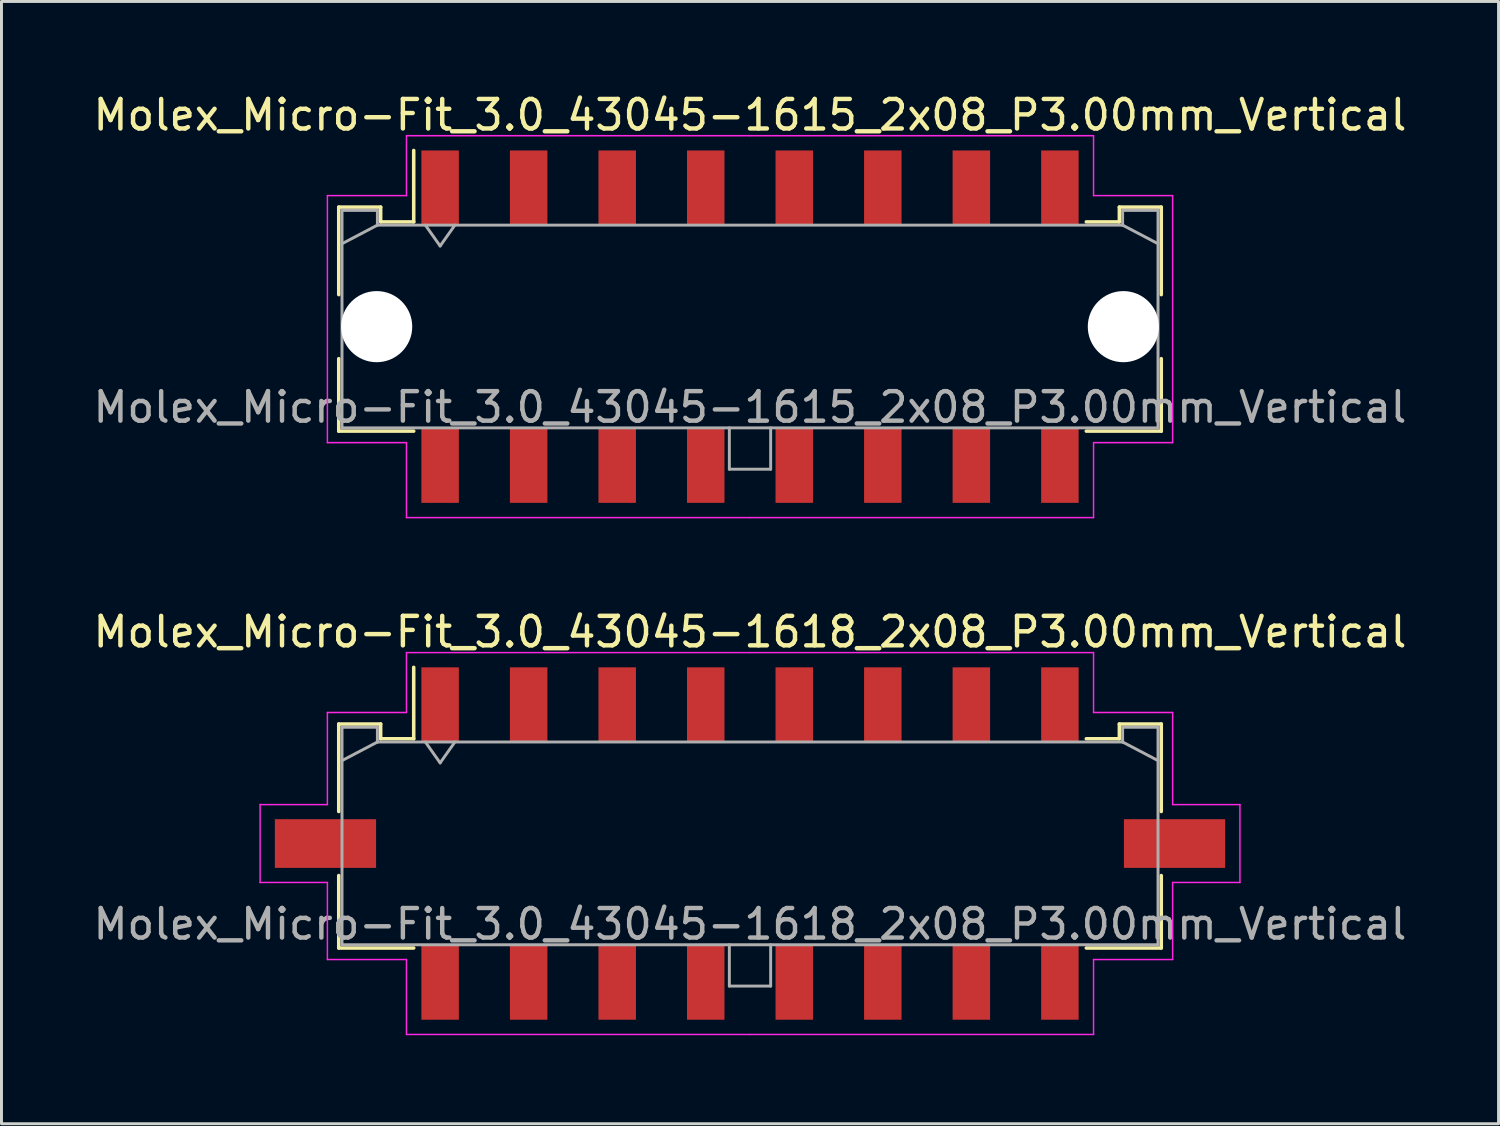
<source format=kicad_pcb>
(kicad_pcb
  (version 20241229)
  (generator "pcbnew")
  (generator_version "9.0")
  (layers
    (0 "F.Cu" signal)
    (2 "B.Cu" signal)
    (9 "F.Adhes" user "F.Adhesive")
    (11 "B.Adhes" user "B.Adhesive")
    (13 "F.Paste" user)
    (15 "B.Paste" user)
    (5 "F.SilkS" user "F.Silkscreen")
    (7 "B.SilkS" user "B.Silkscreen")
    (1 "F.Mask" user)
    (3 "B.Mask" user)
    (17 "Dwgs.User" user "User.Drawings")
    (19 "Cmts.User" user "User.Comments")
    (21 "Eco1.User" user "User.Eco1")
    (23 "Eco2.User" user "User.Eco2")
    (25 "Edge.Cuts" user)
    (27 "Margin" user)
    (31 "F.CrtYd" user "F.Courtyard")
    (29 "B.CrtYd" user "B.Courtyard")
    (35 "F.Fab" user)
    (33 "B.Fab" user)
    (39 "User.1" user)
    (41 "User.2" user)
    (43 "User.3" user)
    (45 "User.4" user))
  (footprint "Molex_Micro-Fit_3.0_43045-1618_2x08_P3.00mm_Vertical"
    (layer "F.Cu")
    (at 22.363 25.532)
    (property "Reference" "Molex_Micro-Fit_3.0_43045-1618_2x08_P3.00mm_Vertical" (at 0 -7.17 0) (layer "F.SilkS") (effects (font (size 1 1) (thickness 0.15))))
    (attr smd)
    (fp_line (start -13.935 -4.05) (end -12.515 -4.05) (stroke (width 0.12) (type solid)) (layer "F.SilkS"))
    (fp_line (start -13.935 -1.085) (end -13.935 -4.05) (stroke (width 0.12) (type solid)) (layer "F.SilkS"))
    (fp_line (start -13.935 1.085) (end -13.935 3.54) (stroke (width 0.12) (type solid)) (layer "F.SilkS"))
    (fp_line (start -13.935 3.54) (end -11.395 3.54) (stroke (width 0.12) (type solid)) (layer "F.SilkS"))
    (fp_line (start -12.515 -4.05) (end -12.515 -3.55) (stroke (width 0.12) (type solid)) (layer "F.SilkS"))
    (fp_line (start -12.515 -3.55) (end -11.395 -3.55) (stroke (width 0.12) (type solid)) (layer "F.SilkS"))
    (fp_line (start -11.395 -3.55) (end -11.395 -5.97) (stroke (width 0.12) (type solid)) (layer "F.SilkS"))
    (fp_line (start 12.515 -4.05) (end 12.515 -3.55) (stroke (width 0.12) (type solid)) (layer "F.SilkS"))
    (fp_line (start 12.515 -3.55) (end 11.395 -3.55) (stroke (width 0.12) (type solid)) (layer "F.SilkS"))
    (fp_line (start 13.935 -4.05) (end 12.515 -4.05) (stroke (width 0.12) (type solid)) (layer "F.SilkS"))
    (fp_line (start 13.935 -1.085) (end 13.935 -4.05) (stroke (width 0.12) (type solid)) (layer "F.SilkS"))
    (fp_line (start 13.935 1.085) (end 13.935 3.54) (stroke (width 0.12) (type solid)) (layer "F.SilkS"))
    (fp_line (start 13.935 3.54) (end 11.395 3.54) (stroke (width 0.12) (type solid)) (layer "F.SilkS"))
    (fp_line (start -16.6 -1.32) (end -16.6 1.32) (stroke (width 0.05) (type solid)) (layer "F.CrtYd"))
    (fp_line (start -16.6 1.32) (end -14.32 1.32) (stroke (width 0.05) (type solid)) (layer "F.CrtYd"))
    (fp_line (start -14.32 -4.44) (end -14.32 -1.32) (stroke (width 0.05) (type solid)) (layer "F.CrtYd"))
    (fp_line (start -14.32 -1.32) (end -16.6 -1.32) (stroke (width 0.05) (type solid)) (layer "F.CrtYd"))
    (fp_line (start -14.32 1.32) (end -14.32 3.93) (stroke (width 0.05) (type solid)) (layer "F.CrtYd"))
    (fp_line (start -14.32 3.93) (end -11.64 3.93) (stroke (width 0.05) (type solid)) (layer "F.CrtYd"))
    (fp_line (start -11.64 -6.47) (end -11.64 -4.44) (stroke (width 0.05) (type solid)) (layer "F.CrtYd"))
    (fp_line (start -11.64 -4.44) (end -14.32 -4.44) (stroke (width 0.05) (type solid)) (layer "F.CrtYd"))
    (fp_line (start -11.64 3.93) (end -11.64 6.47) (stroke (width 0.05) (type solid)) (layer "F.CrtYd"))
    (fp_line (start -11.64 6.47) (end 0 6.47) (stroke (width 0.05) (type solid)) (layer "F.CrtYd"))
    (fp_line (start 0 -6.47) (end -11.64 -6.47) (stroke (width 0.05) (type solid)) (layer "F.CrtYd"))
    (fp_line (start 0 -6.47) (end 11.64 -6.47) (stroke (width 0.05) (type solid)) (layer "F.CrtYd"))
    (fp_line (start 11.64 -6.47) (end 11.64 -4.44) (stroke (width 0.05) (type solid)) (layer "F.CrtYd"))
    (fp_line (start 11.64 -4.44) (end 14.32 -4.44) (stroke (width 0.05) (type solid)) (layer "F.CrtYd"))
    (fp_line (start 11.64 3.93) (end 11.64 6.47) (stroke (width 0.05) (type solid)) (layer "F.CrtYd"))
    (fp_line (start 11.64 6.47) (end 0 6.47) (stroke (width 0.05) (type solid)) (layer "F.CrtYd"))
    (fp_line (start 14.32 -4.44) (end 14.32 -1.32) (stroke (width 0.05) (type solid)) (layer "F.CrtYd"))
    (fp_line (start 14.32 -1.32) (end 16.6 -1.32) (stroke (width 0.05) (type solid)) (layer "F.CrtYd"))
    (fp_line (start 14.32 1.32) (end 14.32 3.93) (stroke (width 0.05) (type solid)) (layer "F.CrtYd"))
    (fp_line (start 14.32 3.93) (end 11.64 3.93) (stroke (width 0.05) (type solid)) (layer "F.CrtYd"))
    (fp_line (start 16.6 -1.32) (end 16.6 1.32) (stroke (width 0.05) (type solid)) (layer "F.CrtYd"))
    (fp_line (start 16.6 1.32) (end 14.32 1.32) (stroke (width 0.05) (type solid)) (layer "F.CrtYd"))
    (fp_line (start -13.825 -3.94) (end -13.825 3.43) (stroke (width 0.1) (type solid)) (layer "F.Fab"))
    (fp_line (start -13.825 -2.81) (end -12.625 -3.44) (stroke (width 0.1) (type solid)) (layer "F.Fab"))
    (fp_line (start -13.825 3.43) (end 13.825 3.43) (stroke (width 0.1) (type solid)) (layer "F.Fab"))
    (fp_line (start -12.625 -3.94) (end -13.825 -3.94) (stroke (width 0.1) (type solid)) (layer "F.Fab"))
    (fp_line (start -12.625 -3.44) (end -12.625 -3.94) (stroke (width 0.1) (type solid)) (layer "F.Fab"))
    (fp_line (start -11 -3.44) (end -10.5 -2.733) (stroke (width 0.1) (type solid)) (layer "F.Fab"))
    (fp_line (start -10.5 -2.733) (end -10 -3.44) (stroke (width 0.1) (type solid)) (layer "F.Fab"))
    (fp_line (start -0.7 3.43) (end -0.7 4.83) (stroke (width 0.1) (type solid)) (layer "F.Fab"))
    (fp_line (start -0.7 4.83) (end 0.7 4.83) (stroke (width 0.1) (type solid)) (layer "F.Fab"))
    (fp_line (start 0.7 4.83) (end 0.7 3.43) (stroke (width 0.1) (type solid)) (layer "F.Fab"))
    (fp_line (start 12.625 -3.94) (end 12.625 -3.44) (stroke (width 0.1) (type solid)) (layer "F.Fab"))
    (fp_line (start 12.625 -3.44) (end -12.625 -3.44) (stroke (width 0.1) (type solid)) (layer "F.Fab"))
    (fp_line (start 13.825 -3.94) (end 12.625 -3.94) (stroke (width 0.1) (type solid)) (layer "F.Fab"))
    (fp_line (start 13.825 -2.81) (end 12.625 -3.44) (stroke (width 0.1) (type solid)) (layer "F.Fab"))
    (fp_line (start 13.825 3.43) (end 13.825 -3.94) (stroke (width 0.1) (type solid)) (layer "F.Fab"))
    (fp_text user "${REFERENCE}" (at 0 2.73 0) (layer "F.Fab") (effects (font (size 1 1) (thickness 0.15))))
    (pad "" smd rect (at -14.385 0) (size 3.43 1.65) (layers "F.Cu" "F.Mask" "F.Paste"))
    (pad "" smd rect (at 14.385 0) (size 3.43 1.65) (layers "F.Cu" "F.Mask" "F.Paste"))
    (pad "1" smd rect (at -10.5 -4.7) (size 1.27 2.54) (layers "F.Cu" "F.Mask" "F.Paste"))
    (pad "2" smd rect (at -7.5 -4.7) (size 1.27 2.54) (layers "F.Cu" "F.Mask" "F.Paste"))
    (pad "3" smd rect (at -4.5 -4.7) (size 1.27 2.54) (layers "F.Cu" "F.Mask" "F.Paste"))
    (pad "4" smd rect (at -1.5 -4.7) (size 1.27 2.54) (layers "F.Cu" "F.Mask" "F.Paste"))
    (pad "5" smd rect (at 1.5 -4.7) (size 1.27 2.54) (layers "F.Cu" "F.Mask" "F.Paste"))
    (pad "6" smd rect (at 4.5 -4.7) (size 1.27 2.54) (layers "F.Cu" "F.Mask" "F.Paste"))
    (pad "7" smd rect (at 7.5 -4.7) (size 1.27 2.54) (layers "F.Cu" "F.Mask" "F.Paste"))
    (pad "8" smd rect (at 10.5 -4.7) (size 1.27 2.54) (layers "F.Cu" "F.Mask" "F.Paste"))
    (pad "9" smd rect (at -10.5 4.7) (size 1.27 2.54) (layers "F.Cu" "F.Mask" "F.Paste"))
    (pad "10" smd rect (at -7.5 4.7) (size 1.27 2.54) (layers "F.Cu" "F.Mask" "F.Paste"))
    (pad "11" smd rect (at -4.5 4.7) (size 1.27 2.54) (layers "F.Cu" "F.Mask" "F.Paste"))
    (pad "12" smd rect (at -1.5 4.7) (size 1.27 2.54) (layers "F.Cu" "F.Mask" "F.Paste"))
    (pad "13" smd rect (at 1.5 4.7) (size 1.27 2.54) (layers "F.Cu" "F.Mask" "F.Paste"))
    (pad "14" smd rect (at 4.5 4.7) (size 1.27 2.54) (layers "F.Cu" "F.Mask" "F.Paste"))
    (pad "15" smd rect (at 7.5 4.7) (size 1.27 2.54) (layers "F.Cu" "F.Mask" "F.Paste"))
    (pad "16" smd rect (at 10.5 4.7) (size 1.27 2.54) (layers "F.Cu" "F.Mask" "F.Paste")))
  (footprint "Molex_Micro-Fit_3.0_43045-1615_2x08_P3.00mm_Vertical"
    (layer "F.Cu")
    (at 22.363 8.018)
    (property "Reference" "Molex_Micro-Fit_3.0_43045-1615_2x08_P3.00mm_Vertical" (at 0 -7.17 0) (layer "F.SilkS") (effects (font (size 1 1) (thickness 0.15))))
    (attr smd)
    (fp_line (start -13.935 -4.05) (end -12.515 -4.05) (stroke (width 0.12) (type solid)) (layer "F.SilkS"))
    (fp_line (start -13.935 -1.085) (end -13.935 -4.05) (stroke (width 0.12) (type solid)) (layer "F.SilkS"))
    (fp_line (start -13.935 1.085) (end -13.935 3.54) (stroke (width 0.12) (type solid)) (layer "F.SilkS"))
    (fp_line (start -13.935 3.54) (end -11.395 3.54) (stroke (width 0.12) (type solid)) (layer "F.SilkS"))
    (fp_line (start -12.515 -4.05) (end -12.515 -3.55) (stroke (width 0.12) (type solid)) (layer "F.SilkS"))
    (fp_line (start -12.515 -3.55) (end -11.395 -3.55) (stroke (width 0.12) (type solid)) (layer "F.SilkS"))
    (fp_line (start -11.395 -3.55) (end -11.395 -5.97) (stroke (width 0.12) (type solid)) (layer "F.SilkS"))
    (fp_line (start 12.515 -4.05) (end 12.515 -3.55) (stroke (width 0.12) (type solid)) (layer "F.SilkS"))
    (fp_line (start 12.515 -3.55) (end 11.395 -3.55) (stroke (width 0.12) (type solid)) (layer "F.SilkS"))
    (fp_line (start 13.935 -4.05) (end 12.515 -4.05) (stroke (width 0.12) (type solid)) (layer "F.SilkS"))
    (fp_line (start 13.935 -1.085) (end 13.935 -4.05) (stroke (width 0.12) (type solid)) (layer "F.SilkS"))
    (fp_line (start 13.935 1.085) (end 13.935 3.54) (stroke (width 0.12) (type solid)) (layer "F.SilkS"))
    (fp_line (start 13.935 3.54) (end 11.395 3.54) (stroke (width 0.12) (type solid)) (layer "F.SilkS"))
    (fp_line (start -14.32 -4.44) (end -14.32 3.93) (stroke (width 0.05) (type solid)) (layer "F.CrtYd"))
    (fp_line (start -14.32 3.93) (end -11.64 3.93) (stroke (width 0.05) (type solid)) (layer "F.CrtYd"))
    (fp_line (start -11.64 -6.47) (end -11.64 -4.44) (stroke (width 0.05) (type solid)) (layer "F.CrtYd"))
    (fp_line (start -11.64 -4.44) (end -14.32 -4.44) (stroke (width 0.05) (type solid)) (layer "F.CrtYd"))
    (fp_line (start -11.64 3.93) (end -11.64 6.47) (stroke (width 0.05) (type solid)) (layer "F.CrtYd"))
    (fp_line (start -11.64 6.47) (end 0 6.47) (stroke (width 0.05) (type solid)) (layer "F.CrtYd"))
    (fp_line (start 0 -6.47) (end -11.64 -6.47) (stroke (width 0.05) (type solid)) (layer "F.CrtYd"))
    (fp_line (start 0 -6.47) (end 11.64 -6.47) (stroke (width 0.05) (type solid)) (layer "F.CrtYd"))
    (fp_line (start 11.64 -6.47) (end 11.64 -4.44) (stroke (width 0.05) (type solid)) (layer "F.CrtYd"))
    (fp_line (start 11.64 -4.44) (end 14.32 -4.44) (stroke (width 0.05) (type solid)) (layer "F.CrtYd"))
    (fp_line (start 11.64 3.93) (end 11.64 6.47) (stroke (width 0.05) (type solid)) (layer "F.CrtYd"))
    (fp_line (start 11.64 6.47) (end 0 6.47) (stroke (width 0.05) (type solid)) (layer "F.CrtYd"))
    (fp_line (start 14.32 -4.44) (end 14.32 3.93) (stroke (width 0.05) (type solid)) (layer "F.CrtYd"))
    (fp_line (start 14.32 3.93) (end 11.64 3.93) (stroke (width 0.05) (type solid)) (layer "F.CrtYd"))
    (fp_line (start -13.825 -3.94) (end -13.825 3.43) (stroke (width 0.1) (type solid)) (layer "F.Fab"))
    (fp_line (start -13.825 -2.81) (end -12.625 -3.44) (stroke (width 0.1) (type solid)) (layer "F.Fab"))
    (fp_line (start -13.825 3.43) (end 13.825 3.43) (stroke (width 0.1) (type solid)) (layer "F.Fab"))
    (fp_line (start -12.625 -3.94) (end -13.825 -3.94) (stroke (width 0.1) (type solid)) (layer "F.Fab"))
    (fp_line (start -12.625 -3.44) (end -12.625 -3.94) (stroke (width 0.1) (type solid)) (layer "F.Fab"))
    (fp_line (start -11 -3.44) (end -10.5 -2.733) (stroke (width 0.1) (type solid)) (layer "F.Fab"))
    (fp_line (start -10.5 -2.733) (end -10 -3.44) (stroke (width 0.1) (type solid)) (layer "F.Fab"))
    (fp_line (start -0.7 3.43) (end -0.7 4.83) (stroke (width 0.1) (type solid)) (layer "F.Fab"))
    (fp_line (start -0.7 4.83) (end 0.7 4.83) (stroke (width 0.1) (type solid)) (layer "F.Fab"))
    (fp_line (start 0.7 4.83) (end 0.7 3.43) (stroke (width 0.1) (type solid)) (layer "F.Fab"))
    (fp_line (start 12.625 -3.94) (end 12.625 -3.44) (stroke (width 0.1) (type solid)) (layer "F.Fab"))
    (fp_line (start 12.625 -3.44) (end -12.625 -3.44) (stroke (width 0.1) (type solid)) (layer "F.Fab"))
    (fp_line (start 13.825 -3.94) (end 12.625 -3.94) (stroke (width 0.1) (type solid)) (layer "F.Fab"))
    (fp_line (start 13.825 -2.81) (end 12.625 -3.44) (stroke (width 0.1) (type solid)) (layer "F.Fab"))
    (fp_line (start 13.825 3.43) (end 13.825 -3.94) (stroke (width 0.1) (type solid)) (layer "F.Fab"))
    (fp_text user "${REFERENCE}" (at 0 2.73 0) (layer "F.Fab") (effects (font (size 1 1) (thickness 0.15))))
    (pad "" np_thru_hole circle (at -12.65 0) (size 2.41 2.41) (drill 2.41) (layers "*.Cu" "*.Mask"))
    (pad "" np_thru_hole circle (at 12.65 0) (size 2.41 2.41) (drill 2.41) (layers "*.Cu" "*.Mask"))
    (pad "1" smd rect (at -10.5 -4.7) (size 1.27 2.54) (layers "F.Cu" "F.Mask" "F.Paste"))
    (pad "2" smd rect (at -7.5 -4.7) (size 1.27 2.54) (layers "F.Cu" "F.Mask" "F.Paste"))
    (pad "3" smd rect (at -4.5 -4.7) (size 1.27 2.54) (layers "F.Cu" "F.Mask" "F.Paste"))
    (pad "4" smd rect (at -1.5 -4.7) (size 1.27 2.54) (layers "F.Cu" "F.Mask" "F.Paste"))
    (pad "5" smd rect (at 1.5 -4.7) (size 1.27 2.54) (layers "F.Cu" "F.Mask" "F.Paste"))
    (pad "6" smd rect (at 4.5 -4.7) (size 1.27 2.54) (layers "F.Cu" "F.Mask" "F.Paste"))
    (pad "7" smd rect (at 7.5 -4.7) (size 1.27 2.54) (layers "F.Cu" "F.Mask" "F.Paste"))
    (pad "8" smd rect (at 10.5 -4.7) (size 1.27 2.54) (layers "F.Cu" "F.Mask" "F.Paste"))
    (pad "9" smd rect (at -10.5 4.7) (size 1.27 2.54) (layers "F.Cu" "F.Mask" "F.Paste"))
    (pad "10" smd rect (at -7.5 4.7) (size 1.27 2.54) (layers "F.Cu" "F.Mask" "F.Paste"))
    (pad "11" smd rect (at -4.5 4.7) (size 1.27 2.54) (layers "F.Cu" "F.Mask" "F.Paste"))
    (pad "12" smd rect (at -1.5 4.7) (size 1.27 2.54) (layers "F.Cu" "F.Mask" "F.Paste"))
    (pad "13" smd rect (at 1.5 4.7) (size 1.27 2.54) (layers "F.Cu" "F.Mask" "F.Paste"))
    (pad "14" smd rect (at 4.5 4.7) (size 1.27 2.54) (layers "F.Cu" "F.Mask" "F.Paste"))
    (pad "15" smd rect (at 7.5 4.7) (size 1.27 2.54) (layers "F.Cu" "F.Mask" "F.Paste"))
    (pad "16" smd rect (at 10.5 4.7) (size 1.27 2.54) (layers "F.Cu" "F.Mask" "F.Paste")))
  (gr_rect
    (start -3 -3)
    (end 47.726 35.026)
    (stroke (width 0.1) (type default))
    (fill no)
    (layer "Edge.Cuts")))
</source>
